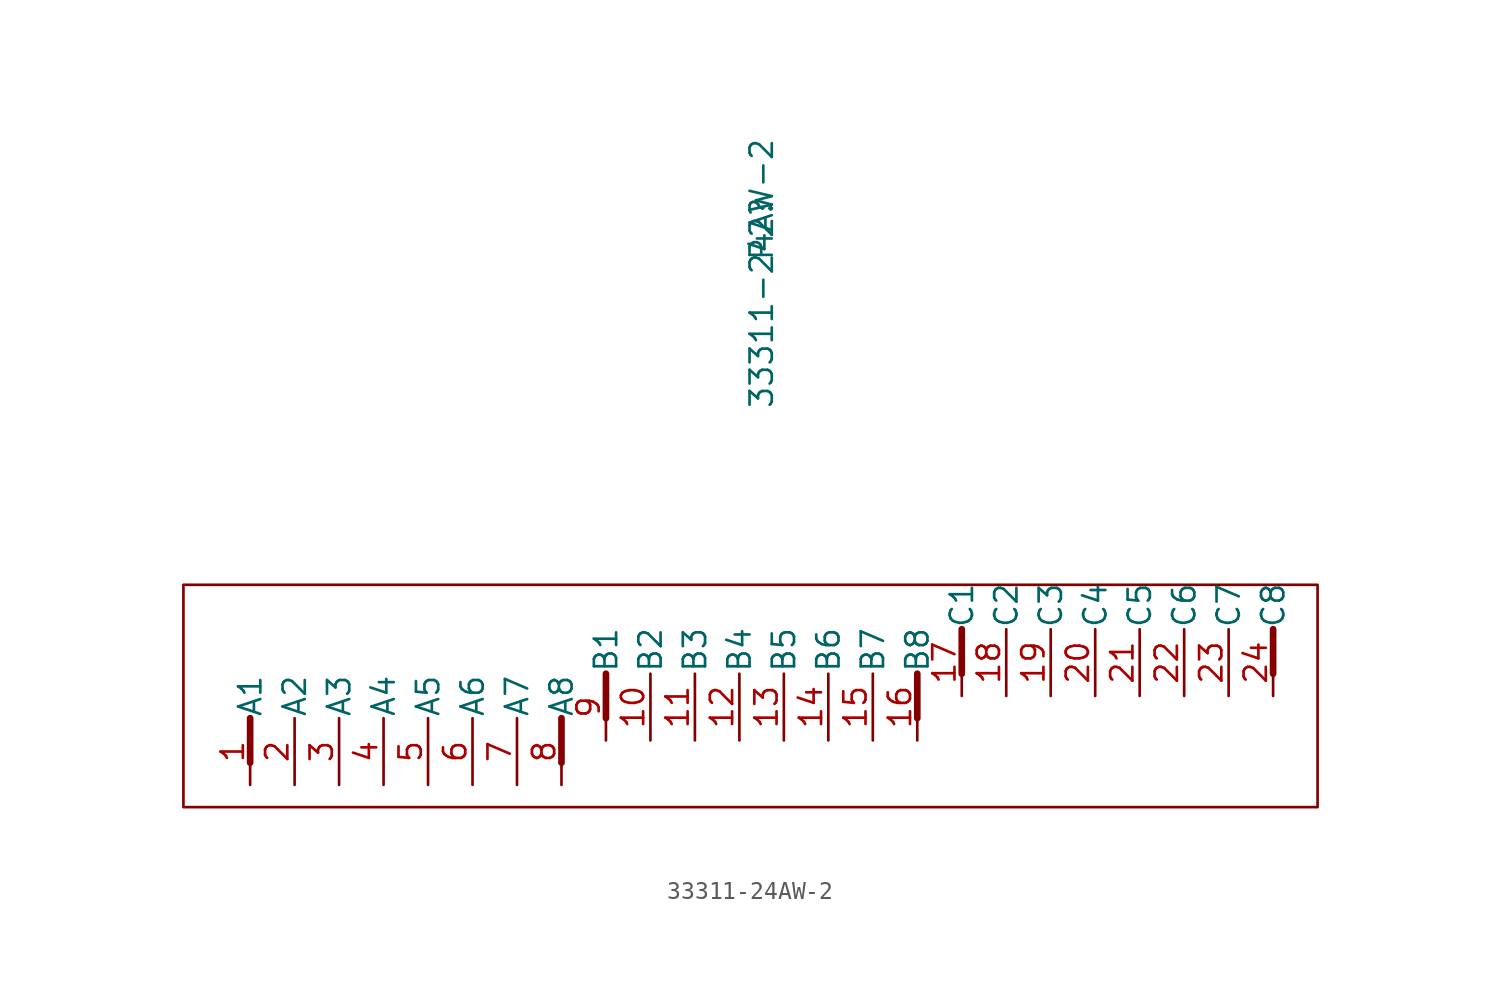
<source format=kicad_sym>
(kicad_symbol_lib
  (version 20211014)
  (generator kicad_symbol_editor)
  (symbol "33311-24AW-2"
    (pin_names
      (offset 0.025))
    (property "Reference" "P2"
      (at 3.81 22.86 90)
      (effects (font (size 1.27 1.27))))
    (property "Value" "33311-24AW-2"
      (at 3.81 20.32 90)
      (effects (font (size 1.27 1.27))))
    (symbol "33311-24AW-2_1_0"
      (rectangle (start -29.21 2.54) (end 35.56 -10.16) (stroke (width 0) (type default) (color 0 0 0 0)) (fill (type none))))
    (symbol "33311-24AW-2_1_1"
      (polyline (pts (xy -25.4 -7.62) (xy -25.4 -5.08)) (stroke (width 0.381) (type default) (color 0 0 0 0)) (fill (type none)))
      (polyline (pts (xy -7.62 -7.62) (xy -7.62 -5.08)) (stroke (width 0.381) (type default) (color 0 0 0 0)) (fill (type none)))
      (polyline (pts (xy -5.08 -5.08) (xy -5.08 -2.54)) (stroke (width 0.381) (type default) (color 0 0 0 0)) (fill (type none)))
      (polyline (pts (xy 12.7 -5.08) (xy 12.7 -2.54)) (stroke (width 0.381) (type default) (color 0 0 0 0)) (fill (type none)))
      (polyline (pts (xy 15.24 -2.54) (xy 15.24 0)) (stroke (width 0.381) (type default) (color 0 0 0 0)) (fill (type none)))
      (polyline (pts (xy 33.02 -2.54) (xy 33.02 0)) (stroke (width 0.381) (type default) (color 0 0 0 0)) (fill (type none)))
      (pin passive line (at -25.4 -8.89 90) (length 3.81) (name "A1" (effects (font (size 1.27 1.27)))) (number "1" (effects (font (size 1.27 1.27)))))
      (pin passive line (at -2.54 -6.35 90) (length 3.81) (name "B2" (effects (font (size 1.27 1.27)))) (number "10" (effects (font (size 1.27 1.27)))))
      (pin passive line (at 0 -6.35 90) (length 3.81) (name "B3" (effects (font (size 1.27 1.27)))) (number "11" (effects (font (size 1.27 1.27)))))
      (pin passive line (at 2.54 -6.35 90) (length 3.81) (name "B4" (effects (font (size 1.27 1.27)))) (number "12" (effects (font (size 1.27 1.27)))))
      (pin passive line (at 5.08 -6.35 90) (length 3.81) (name "B5" (effects (font (size 1.27 1.27)))) (number "13" (effects (font (size 1.27 1.27)))))
      (pin passive line (at 7.62 -6.35 90) (length 3.81) (name "B6" (effects (font (size 1.27 1.27)))) (number "14" (effects (font (size 1.27 1.27)))))
      (pin passive line (at 10.16 -6.35 90) (length 3.81) (name "B7" (effects (font (size 1.27 1.27)))) (number "15" (effects (font (size 1.27 1.27)))))
      (pin passive line (at 12.7 -6.35 90) (length 3.81) (name "B8" (effects (font (size 1.27 1.27)))) (number "16" (effects (font (size 1.27 1.27)))))
      (pin passive line (at 15.24 -3.81 90) (length 3.81) (name "C1" (effects (font (size 1.27 1.27)))) (number "17" (effects (font (size 1.27 1.27)))))
      (pin passive line (at 17.78 -3.81 90) (length 3.81) (name "C2" (effects (font (size 1.27 1.27)))) (number "18" (effects (font (size 1.27 1.27)))))
      (pin passive line (at 20.32 -3.81 90) (length 3.81) (name "C3" (effects (font (size 1.27 1.27)))) (number "19" (effects (font (size 1.27 1.27)))))
      (pin passive line (at -22.86 -8.89 90) (length 3.81) (name "A2" (effects (font (size 1.27 1.27)))) (number "2" (effects (font (size 1.27 1.27)))))
      (pin passive line (at 22.86 -3.81 90) (length 3.81) (name "C4" (effects (font (size 1.27 1.27)))) (number "20" (effects (font (size 1.27 1.27)))))
      (pin passive line (at 25.4 -3.81 90) (length 3.81) (name "C5" (effects (font (size 1.27 1.27)))) (number "21" (effects (font (size 1.27 1.27)))))
      (pin passive line (at 27.94 -3.81 90) (length 3.81) (name "C6" (effects (font (size 1.27 1.27)))) (number "22" (effects (font (size 1.27 1.27)))))
      (pin passive line (at 30.48 -3.81 90) (length 3.81) (name "C7" (effects (font (size 1.27 1.27)))) (number "23" (effects (font (size 1.27 1.27)))))
      (pin passive line (at 33.02 -3.81 90) (length 3.81) (name "C8" (effects (font (size 1.27 1.27)))) (number "24" (effects (font (size 1.27 1.27)))))
      (pin passive line (at -20.32 -8.89 90) (length 3.81) (name "A3" (effects (font (size 1.27 1.27)))) (number "3" (effects (font (size 1.27 1.27)))))
      (pin passive line (at -17.78 -8.89 90) (length 3.81) (name "A4" (effects (font (size 1.27 1.27)))) (number "4" (effects (font (size 1.27 1.27)))))
      (pin passive line (at -15.24 -8.89 90) (length 3.81) (name "A5" (effects (font (size 1.27 1.27)))) (number "5" (effects (font (size 1.27 1.27)))))
      (pin passive line (at -12.7 -8.89 90) (length 3.81) (name "A6" (effects (font (size 1.27 1.27)))) (number "6" (effects (font (size 1.27 1.27)))))
      (pin passive line (at -10.16 -8.89 90) (length 3.81) (name "A7" (effects (font (size 1.27 1.27)))) (number "7" (effects (font (size 1.27 1.27)))))
      (pin passive line (at -7.62 -8.89 90) (length 3.81) (name "A8" (effects (font (size 1.27 1.27)))) (number "8" (effects (font (size 1.27 1.27)))))
      (pin passive line (at -5.08 -6.35 90) (length 3.81) (name "B1" (effects (font (size 1.27 1.27)))) (number "9" (effects (font (size 1.27 1.27))))))))
</source>
